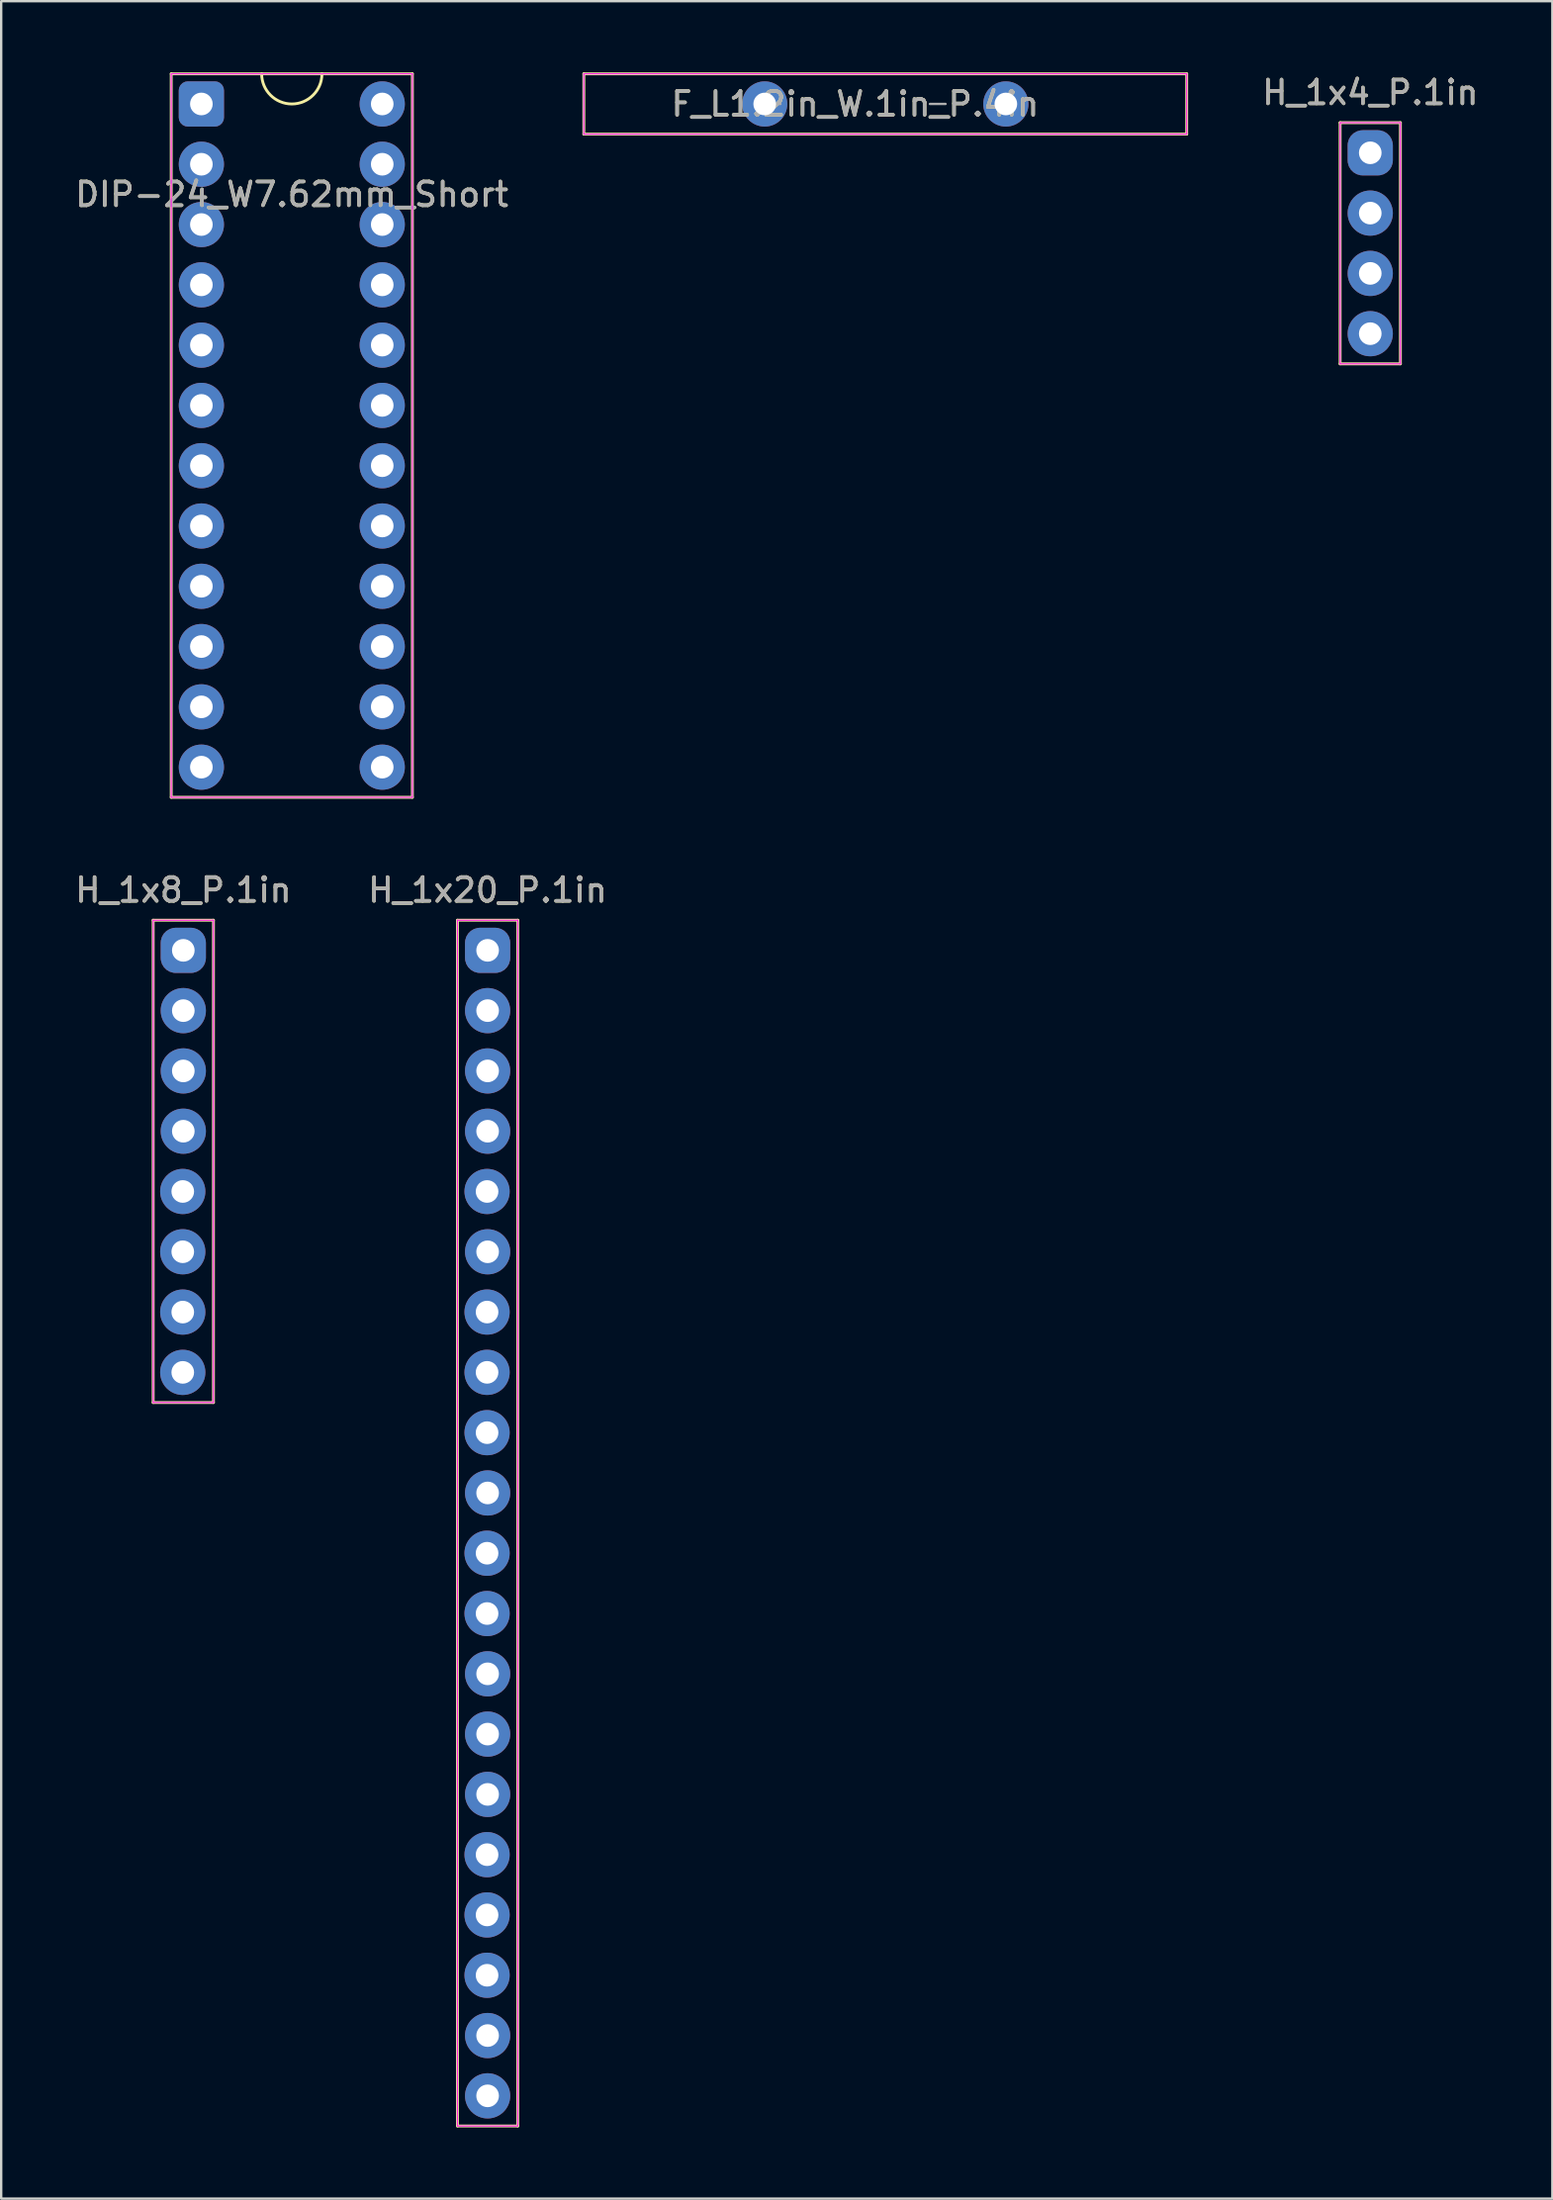
<source format=kicad_pcb>
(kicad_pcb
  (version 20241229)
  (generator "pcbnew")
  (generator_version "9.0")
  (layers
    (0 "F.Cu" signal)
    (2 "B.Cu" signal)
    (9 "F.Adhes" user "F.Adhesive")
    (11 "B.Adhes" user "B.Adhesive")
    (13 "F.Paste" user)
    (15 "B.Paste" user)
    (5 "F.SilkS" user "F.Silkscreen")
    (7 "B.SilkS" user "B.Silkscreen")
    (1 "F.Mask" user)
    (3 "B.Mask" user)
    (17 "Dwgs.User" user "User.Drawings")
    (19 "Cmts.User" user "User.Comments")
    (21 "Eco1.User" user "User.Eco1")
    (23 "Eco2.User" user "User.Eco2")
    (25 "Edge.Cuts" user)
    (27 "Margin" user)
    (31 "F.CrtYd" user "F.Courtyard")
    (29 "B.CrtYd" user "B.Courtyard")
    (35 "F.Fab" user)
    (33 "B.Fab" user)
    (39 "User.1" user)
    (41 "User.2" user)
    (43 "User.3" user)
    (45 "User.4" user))
  (footprint "H_1x4_P.1in"
    (layer "F.Cu")
    (at 54.681 3.388)
    (property "Reference" "H_1x4_P.1in" (at 0 -2.54 0) (layer "F.SilkS") (effects (font (size 1 1) (thickness 0.15))))
    (attr through_hole)
    (fp_line (start -1.27 -1.27) (end 1.27 -1.27) (stroke (width 0.12) (type solid)) (layer "F.SilkS"))
    (fp_line (start -1.27 8.89) (end -1.27 -1.27) (stroke (width 0.12) (type solid)) (layer "F.SilkS"))
    (fp_line (start 1.27 -1.27) (end 1.27 8.89) (stroke (width 0.12) (type solid)) (layer "F.SilkS"))
    (fp_line (start 1.27 8.89) (end -1.27 8.89) (stroke (width 0.12) (type solid)) (layer "F.SilkS"))
    (fp_line (start -1.27 -1.27) (end 1.27 -1.27) (stroke (width 0.05) (type solid)) (layer "F.CrtYd"))
    (fp_line (start -1.27 8.89) (end -1.27 -1.27) (stroke (width 0.05) (type solid)) (layer "F.CrtYd"))
    (fp_line (start 1.27 -1.27) (end 1.27 8.89) (stroke (width 0.05) (type solid)) (layer "F.CrtYd"))
    (fp_line (start 1.27 8.89) (end -1.27 8.89) (stroke (width 0.05) (type solid)) (layer "F.CrtYd"))
    (fp_text user "${REFERENCE}" (at 0 -2.54 180) (layer "F.Fab") (effects (font (size 1 1) (thickness 0.15))))
    (pad "1" thru_hole roundrect (at 0 0) (size 1.905 1.905) (drill 0.953) (layers "*.Cu" "*.Mask") (roundrect_rratio 0.333))
    (pad "2" thru_hole circle (at 0 2.54) (size 1.905 1.905) (drill 0.953) (layers "*.Cu" "*.Mask"))
    (pad "3" thru_hole circle (at 0 5.08) (size 1.905 1.905) (drill 0.953) (layers "*.Cu" "*.Mask"))
    (pad "4" thru_hole circle (at 0 7.62) (size 1.905 1.905) (drill 0.953) (layers "*.Cu" "*.Mask")))
  (footprint "H_1x20_P.1in"
    (layer "F.Cu")
    (at 17.494 36.988)
    (property "Reference" "H_1x20_P.1in" (at 0 -2.54 0) (layer "F.SilkS") (effects (font (size 1 1) (thickness 0.15))))
    (attr through_hole)
    (fp_line (start -1.27 -1.27) (end 1.27 -1.27) (stroke (width 0.12) (type solid)) (layer "F.SilkS"))
    (fp_line (start -1.27 49.53) (end -1.27 -1.27) (stroke (width 0.12) (type solid)) (layer "F.SilkS"))
    (fp_line (start 1.27 -1.27) (end 1.27 49.53) (stroke (width 0.12) (type solid)) (layer "F.SilkS"))
    (fp_line (start 1.27 49.53) (end -1.27 49.53) (stroke (width 0.12) (type solid)) (layer "F.SilkS"))
    (fp_line (start -1.27 -1.27) (end 1.27 -1.27) (stroke (width 0.05) (type solid)) (layer "F.CrtYd"))
    (fp_line (start -1.27 49.53) (end -1.27 -1.27) (stroke (width 0.05) (type solid)) (layer "F.CrtYd"))
    (fp_line (start 1.27 -1.27) (end 1.27 49.53) (stroke (width 0.05) (type solid)) (layer "F.CrtYd"))
    (fp_line (start 1.27 49.53) (end -1.27 49.53) (stroke (width 0.05) (type solid)) (layer "F.CrtYd"))
    (fp_text user "${REFERENCE}" (at 0 -2.54 180) (layer "F.Fab") (effects (font (size 1 1) (thickness 0.15))))
    (pad "1" thru_hole roundrect (at 0 0) (size 1.905 1.905) (drill 0.953) (layers "*.Cu" "*.Mask") (roundrect_rratio 0.333))
    (pad "2" thru_hole circle (at 0 2.54) (size 1.905 1.905) (drill 0.953) (layers "*.Cu" "*.Mask"))
    (pad "3" thru_hole circle (at 0 5.08) (size 1.905 1.905) (drill 0.953) (layers "*.Cu" "*.Mask"))
    (pad "4" thru_hole circle (at 0 7.62) (size 1.905 1.905) (drill 0.953) (layers "*.Cu" "*.Mask"))
    (pad "5" thru_hole circle (at -0.023 10.159 270) (size 1.905 1.905) (drill 0.953) (layers "*.Cu" "*.Mask"))
    (pad "6" thru_hole circle (at 0 12.7) (size 1.905 1.905) (drill 0.953) (layers "*.Cu" "*.Mask"))
    (pad "7" thru_hole circle (at -0.023 15.239 270) (size 1.905 1.905) (drill 0.953) (layers "*.Cu" "*.Mask"))
    (pad "8" thru_hole circle (at -0.023 17.779 270) (size 1.905 1.905) (drill 0.953) (layers "*.Cu" "*.Mask"))
    (pad "9" thru_hole circle (at -0.023 20.32 270) (size 1.905 1.905) (drill 0.953) (layers "*.Cu" "*.Mask"))
    (pad "10" thru_hole circle (at 0 22.86 270) (size 1.905 1.905) (drill 0.953) (layers "*.Cu" "*.Mask"))
    (pad "11" thru_hole circle (at -0.023 25.399 270) (size 1.905 1.905) (drill 0.953) (layers "*.Cu" "*.Mask"))
    (pad "12" thru_hole circle (at -0.023 27.94 270) (size 1.905 1.905) (drill 0.953) (layers "*.Cu" "*.Mask"))
    (pad "13" thru_hole circle (at 0 30.48 270) (size 1.905 1.905) (drill 0.953) (layers "*.Cu" "*.Mask"))
    (pad "14" thru_hole circle (at 0 33.02) (size 1.905 1.905) (drill 0.953) (layers "*.Cu" "*.Mask"))
    (pad "15" thru_hole circle (at 0 35.56) (size 1.905 1.905) (drill 0.953) (layers "*.Cu" "*.Mask"))
    (pad "16" thru_hole circle (at -0.023 38.099 270) (size 1.905 1.905) (drill 0.953) (layers "*.Cu" "*.Mask"))
    (pad "17" thru_hole circle (at -0.023 40.639 270) (size 1.905 1.905) (drill 0.953) (layers "*.Cu" "*.Mask"))
    (pad "18" thru_hole circle (at -0.023 43.18 270) (size 1.905 1.905) (drill 0.953) (layers "*.Cu" "*.Mask"))
    (pad "19" thru_hole circle (at 0 45.72 270) (size 1.905 1.905) (drill 0.953) (layers "*.Cu" "*.Mask"))
    (pad "20" thru_hole circle (at 0 48.26 270) (size 1.905 1.905) (drill 0.953) (layers "*.Cu" "*.Mask")))
  (footprint "F_L1.2in_W.1in_P.4in"
    (layer "F.Cu")
    (at 29.168 1.33)
    (property "Reference" "F_L1.2in_W.1in_P.4in" (at 3.81 0 0) (layer "F.SilkS") (effects (font (size 1 1) (thickness 0.15))))
    (attr through_hole)
    (fp_line (start -7.62 -1.27) (end 17.78 -1.27) (stroke (width 0.12) (type solid)) (layer "F.SilkS"))
    (fp_line (start -7.62 1.27) (end -7.62 -1.27) (stroke (width 0.12) (type solid)) (layer "F.SilkS"))
    (fp_line (start 17.78 -1.27) (end 17.78 1.27) (stroke (width 0.12) (type solid)) (layer "F.SilkS"))
    (fp_line (start 17.78 1.27) (end -7.62 1.27) (stroke (width 0.12) (type solid)) (layer "F.SilkS"))
    (fp_line (start -7.62 -1.27) (end -7.62 1.27) (stroke (width 0.05) (type solid)) (layer "F.CrtYd"))
    (fp_line (start -7.62 1.27) (end 17.78 1.27) (stroke (width 0.05) (type solid)) (layer "F.CrtYd"))
    (fp_line (start 17.78 -1.27) (end -7.62 -1.27) (stroke (width 0.05) (type solid)) (layer "F.CrtYd"))
    (fp_line (start 17.78 1.27) (end 17.78 -1.27) (stroke (width 0.05) (type solid)) (layer "F.CrtYd"))
    (fp_line (start 0 0) (end 0.66 0) (stroke (width 0.1) (type solid)) (layer "F.Fab"))
    (fp_line (start 7.62 0) (end 6.96 0) (stroke (width 0.1) (type solid)) (layer "F.Fab"))
    (fp_text user "${REFERENCE}" (at 3.81 0 0) (layer "F.Fab") (effects (font (size 1 1) (thickness 0.15))))
    (pad "1" thru_hole circle (at 0 0) (size 1.905 1.905) (drill 0.953) (layers "*.Cu" "*.Mask"))
    (pad "2" thru_hole circle (at 10.16 0) (size 1.905 1.905) (drill 0.953) (layers "*.Cu" "*.Mask")))
  (footprint "H_1x8_P.1in"
    (layer "F.Cu")
    (at 4.673 36.988)
    (property "Reference" "H_1x8_P.1in" (at 0 -2.54 0) (layer "F.SilkS") (effects (font (size 1 1) (thickness 0.15))))
    (attr through_hole)
    (fp_line (start -1.27 -1.27) (end 1.27 -1.27) (stroke (width 0.12) (type solid)) (layer "F.SilkS"))
    (fp_line (start -1.27 19.05) (end -1.27 -1.27) (stroke (width 0.12) (type solid)) (layer "F.SilkS"))
    (fp_line (start 1.27 -1.27) (end 1.27 19.05) (stroke (width 0.12) (type solid)) (layer "F.SilkS"))
    (fp_line (start 1.27 19.05) (end -1.27 19.05) (stroke (width 0.12) (type solid)) (layer "F.SilkS"))
    (fp_line (start -1.27 -1.27) (end 1.27 -1.27) (stroke (width 0.05) (type solid)) (layer "F.CrtYd"))
    (fp_line (start -1.27 19.05) (end -1.27 -1.27) (stroke (width 0.05) (type solid)) (layer "F.CrtYd"))
    (fp_line (start 1.27 -1.27) (end 1.27 19.05) (stroke (width 0.05) (type solid)) (layer "F.CrtYd"))
    (fp_line (start 1.27 19.05) (end -1.27 19.05) (stroke (width 0.05) (type solid)) (layer "F.CrtYd"))
    (fp_text user "${REFERENCE}" (at 0 -2.54 180) (layer "F.Fab") (effects (font (size 1 1) (thickness 0.15))))
    (pad "1" thru_hole roundrect (at 0 0) (size 1.905 1.905) (drill 0.953) (layers "*.Cu" "*.Mask") (roundrect_rratio 0.333))
    (pad "2" thru_hole circle (at 0 2.54) (size 1.905 1.905) (drill 0.953) (layers "*.Cu" "*.Mask"))
    (pad "3" thru_hole circle (at 0 5.08) (size 1.905 1.905) (drill 0.953) (layers "*.Cu" "*.Mask"))
    (pad "4" thru_hole circle (at 0 7.62) (size 1.905 1.905) (drill 0.953) (layers "*.Cu" "*.Mask"))
    (pad "5" thru_hole circle (at -0.023 10.159 270) (size 1.905 1.905) (drill 0.953) (layers "*.Cu" "*.Mask"))
    (pad "6" thru_hole circle (at -0.023 12.699 270) (size 1.905 1.905) (drill 0.953) (layers "*.Cu" "*.Mask"))
    (pad "7" thru_hole circle (at -0.023 15.24 270) (size 1.905 1.905) (drill 0.953) (layers "*.Cu" "*.Mask"))
    (pad "8" thru_hole circle (at -0.023 17.78 270) (size 1.905 1.905) (drill 0.953) (layers "*.Cu" "*.Mask")))
  (footprint "DIP-24_W7.62mm_Short"
    (layer "F.Cu")
    (at 5.434 1.33)
    (property "Reference" "DIP-24_W7.62mm_Short" (at 3.81 3.81 0) (layer "F.SilkS") (effects (font (size 1 1) (thickness 0.15))))
    (attr through_hole)
    (fp_line (start -1.27 -1.27) (end -1.27 29.21) (stroke (width 0.12) (type solid)) (layer "F.SilkS"))
    (fp_line (start -1.27 29.21) (end 8.89 29.21) (stroke (width 0.12) (type solid)) (layer "F.SilkS"))
    (fp_line (start 8.89 -1.27) (end -1.27 -1.27) (stroke (width 0.12) (type solid)) (layer "F.SilkS"))
    (fp_line (start 8.89 29.21) (end 8.89 -1.27) (stroke (width 0.12) (type solid)) (layer "F.SilkS"))
    (fp_arc (start 5.08 -1.27) (mid 3.81 0) (end 2.54 -1.27) (stroke (width 0.12) (type solid)) (layer "F.SilkS"))
    (fp_line (start -1.27 -1.27) (end -1.27 29.21) (stroke (width 0.05) (type solid)) (layer "F.CrtYd"))
    (fp_line (start -1.27 29.21) (end 8.89 29.21) (stroke (width 0.05) (type solid)) (layer "F.CrtYd"))
    (fp_line (start 8.89 -1.27) (end -1.27 -1.27) (stroke (width 0.05) (type solid)) (layer "F.CrtYd"))
    (fp_line (start 8.89 29.21) (end 8.89 -1.27) (stroke (width 0.05) (type solid)) (layer "F.CrtYd"))
    (fp_text user "${REFERENCE}" (at 3.81 3.81 0) (layer "F.Fab") (effects (font (size 1 1) (thickness 0.15))))
    (pad "1" thru_hole roundrect (at 0 0) (size 1.905 1.905) (drill 0.953) (layers "*.Cu" "*.Mask") (roundrect_rratio 0.2))
    (pad "2" thru_hole circle (at 0 2.54) (size 1.905 1.905) (drill 0.953) (layers "*.Cu" "*.Mask"))
    (pad "3" thru_hole circle (at 0 5.08) (size 1.905 1.905) (drill 0.953) (layers "*.Cu" "*.Mask"))
    (pad "4" thru_hole circle (at 0 7.62) (size 1.905 1.905) (drill 0.953) (layers "*.Cu" "*.Mask"))
    (pad "5" thru_hole circle (at 0 10.16) (size 1.905 1.905) (drill 0.953) (layers "*.Cu" "*.Mask"))
    (pad "6" thru_hole circle (at 0 12.7) (size 1.905 1.905) (drill 0.953) (layers "*.Cu" "*.Mask"))
    (pad "7" thru_hole circle (at 0 15.24) (size 1.905 1.905) (drill 0.953) (layers "*.Cu" "*.Mask"))
    (pad "8" thru_hole circle (at 0 17.78) (size 1.905 1.905) (drill 0.953) (layers "*.Cu" "*.Mask"))
    (pad "9" thru_hole circle (at 0 20.32) (size 1.905 1.905) (drill 0.953) (layers "*.Cu" "*.Mask"))
    (pad "10" thru_hole circle (at 0 22.86) (size 1.905 1.905) (drill 0.953) (layers "*.Cu" "*.Mask"))
    (pad "11" thru_hole circle (at 0 25.4) (size 1.905 1.905) (drill 0.953) (layers "*.Cu" "*.Mask"))
    (pad "12" thru_hole circle (at 0 27.94) (size 1.905 1.905) (drill 0.953) (layers "*.Cu" "*.Mask"))
    (pad "13" thru_hole circle (at 7.62 27.94) (size 1.905 1.905) (drill 0.953) (layers "*.Cu" "*.Mask"))
    (pad "14" thru_hole circle (at 7.62 25.4) (size 1.905 1.905) (drill 0.953) (layers "*.Cu" "*.Mask"))
    (pad "15" thru_hole circle (at 7.62 22.86) (size 1.905 1.905) (drill 0.953) (layers "*.Cu" "*.Mask"))
    (pad "16" thru_hole circle (at 7.62 20.32) (size 1.905 1.905) (drill 0.953) (layers "*.Cu" "*.Mask"))
    (pad "17" thru_hole circle (at 7.62 17.78) (size 1.905 1.905) (drill 0.953) (layers "*.Cu" "*.Mask"))
    (pad "18" thru_hole circle (at 7.62 15.24) (size 1.905 1.905) (drill 0.953) (layers "*.Cu" "*.Mask"))
    (pad "19" thru_hole circle (at 7.62 12.7) (size 1.905 1.905) (drill 0.953) (layers "*.Cu" "*.Mask"))
    (pad "20" thru_hole circle (at 7.62 10.16) (size 1.905 1.905) (drill 0.953) (layers "*.Cu" "*.Mask"))
    (pad "21" thru_hole circle (at 7.62 7.62) (size 1.905 1.905) (drill 0.953) (layers "*.Cu" "*.Mask"))
    (pad "22" thru_hole circle (at 7.62 5.08) (size 1.905 1.905) (drill 0.953) (layers "*.Cu" "*.Mask"))
    (pad "23" thru_hole circle (at 7.62 2.54) (size 1.905 1.905) (drill 0.953) (layers "*.Cu" "*.Mask"))
    (pad "24" thru_hole circle (at 7.62 0) (size 1.905 1.905) (drill 0.953) (layers "*.Cu" "*.Mask")))
  (gr_rect
    (start -3 -3)
    (end 62.353 89.578)
    (stroke (width 0.1) (type default))
    (fill no)
    (layer "Edge.Cuts")))
</source>
